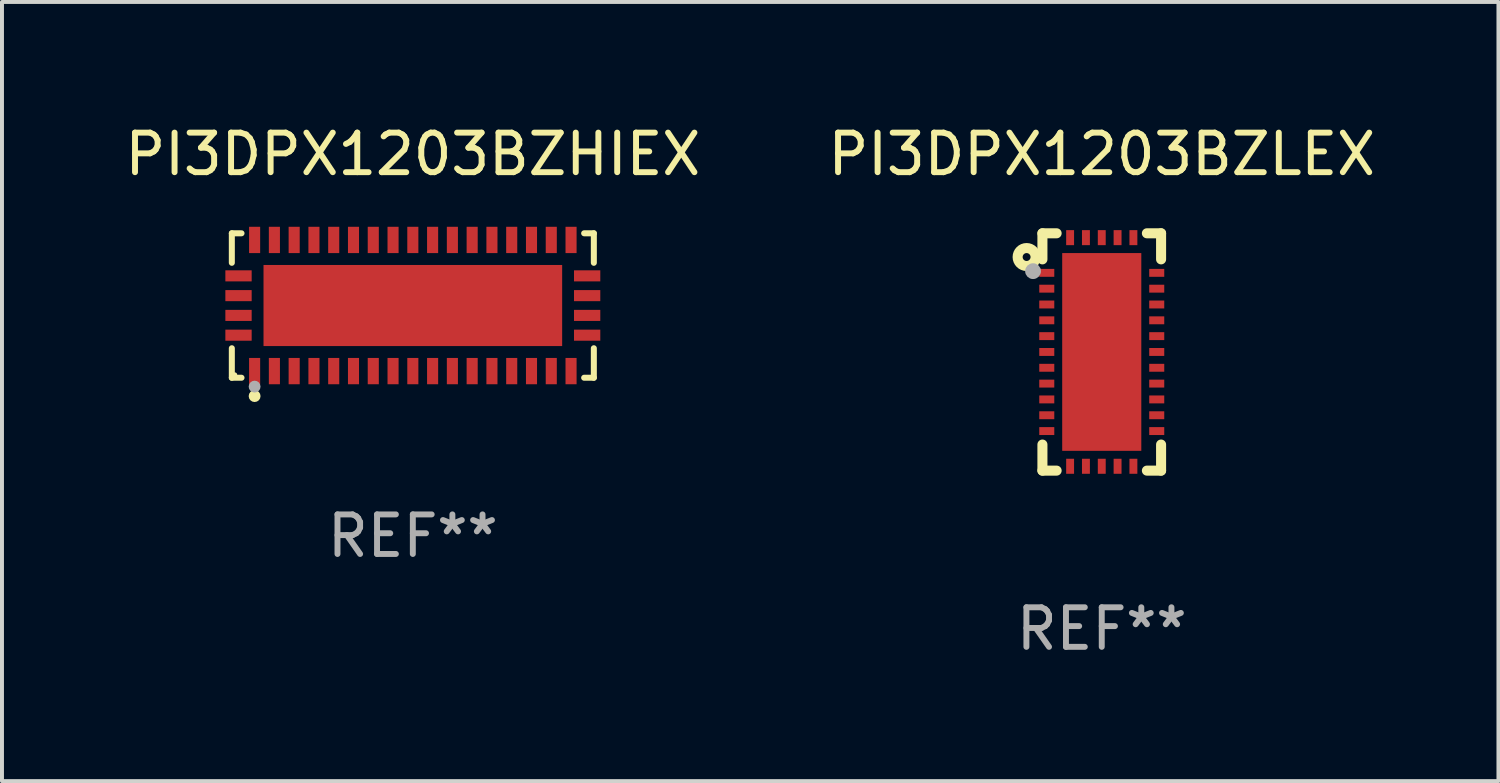
<source format=kicad_pcb>
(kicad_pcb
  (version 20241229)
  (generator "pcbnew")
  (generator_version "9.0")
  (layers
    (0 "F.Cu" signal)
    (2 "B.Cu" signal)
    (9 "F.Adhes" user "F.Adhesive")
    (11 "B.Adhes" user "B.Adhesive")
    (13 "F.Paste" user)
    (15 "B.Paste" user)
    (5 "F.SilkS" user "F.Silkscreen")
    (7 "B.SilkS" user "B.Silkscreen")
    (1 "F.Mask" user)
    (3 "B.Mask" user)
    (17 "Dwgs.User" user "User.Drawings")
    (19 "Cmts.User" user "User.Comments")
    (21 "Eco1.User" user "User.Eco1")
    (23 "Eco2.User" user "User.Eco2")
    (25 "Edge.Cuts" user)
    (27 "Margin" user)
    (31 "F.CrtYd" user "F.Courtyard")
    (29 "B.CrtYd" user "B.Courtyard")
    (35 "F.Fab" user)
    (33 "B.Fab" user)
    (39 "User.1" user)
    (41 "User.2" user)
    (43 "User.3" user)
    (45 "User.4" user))
  (footprint "PI3DPX1203BZHIEX"
    (layer "F.Cu")
    (at 7.387 4.674)
    (property "Reference" "PI3DPX1203BZHIEX" (at 0 -3.826 0) (layer "F.SilkS") (effects (font (size 1 1) (thickness 0.15))))
    (attr through_hole)
    (fp_line (start -4.576 -1.826) (end -4.331 -1.826) (stroke (width 0.152) (type solid)) (layer "F.SilkS"))
    (fp_line (start -4.576 -1.08) (end -4.576 -1.826) (stroke (width 0.152) (type solid)) (layer "F.SilkS"))
    (fp_line (start -4.576 1.08) (end -4.576 1.826) (stroke (width 0.152) (type solid)) (layer "F.SilkS"))
    (fp_line (start -4.576 1.826) (end -4.331 1.826) (stroke (width 0.152) (type solid)) (layer "F.SilkS"))
    (fp_line (start 4.576 -1.826) (end 4.331 -1.826) (stroke (width 0.152) (type solid)) (layer "F.SilkS"))
    (fp_line (start 4.576 -1.08) (end 4.576 -1.826) (stroke (width 0.152) (type solid)) (layer "F.SilkS"))
    (fp_line (start 4.576 1.08) (end 4.576 1.826) (stroke (width 0.152) (type solid)) (layer "F.SilkS"))
    (fp_line (start 4.576 1.826) (end 4.331 1.826) (stroke (width 0.152) (type solid)) (layer "F.SilkS"))
    (fp_circle (center -4.5 1.75) (end -4.47 1.75) (stroke (width 0.06) (type solid)) (fill no) (layer "F.SilkS"))
    (fp_circle (center -4 2.29) (end -3.925 2.29) (stroke (width 0.15) (type solid)) (fill no) (layer "F.SilkS"))
    (fp_circle (center -4 2.05) (end -3.925 2.05) (stroke (width 0.15) (type solid)) (fill no) (layer "F.Fab"))
    (fp_text user "REF**" (at 0 5.826 0) (layer "F.Fab") (effects (font (size 1 1) (thickness 0.15))))
    (pad "1" smd rect (at -4 1.658) (size 0.28 0.665) (layers "F.Cu" "F.Mask" "F.Paste"))
    (pad "2" smd rect (at -3.5 1.658) (size 0.28 0.665) (layers "F.Cu" "F.Mask" "F.Paste"))
    (pad "3" smd rect (at -3 1.658) (size 0.28 0.665) (layers "F.Cu" "F.Mask" "F.Paste"))
    (pad "4" smd rect (at -2.5 1.658) (size 0.28 0.665) (layers "F.Cu" "F.Mask" "F.Paste"))
    (pad "5" smd rect (at -2 1.658) (size 0.28 0.665) (layers "F.Cu" "F.Mask" "F.Paste"))
    (pad "6" smd rect (at -1.5 1.658) (size 0.28 0.665) (layers "F.Cu" "F.Mask" "F.Paste"))
    (pad "7" smd rect (at -1 1.658) (size 0.28 0.665) (layers "F.Cu" "F.Mask" "F.Paste"))
    (pad "8" smd rect (at -0.5 1.658) (size 0.28 0.665) (layers "F.Cu" "F.Mask" "F.Paste"))
    (pad "9" smd rect (at 0 1.658) (size 0.28 0.665) (layers "F.Cu" "F.Mask" "F.Paste"))
    (pad "10" smd rect (at 0.5 1.658) (size 0.28 0.665) (layers "F.Cu" "F.Mask" "F.Paste"))
    (pad "11" smd rect (at 1 1.658) (size 0.28 0.665) (layers "F.Cu" "F.Mask" "F.Paste"))
    (pad "12" smd rect (at 1.5 1.658) (size 0.28 0.665) (layers "F.Cu" "F.Mask" "F.Paste"))
    (pad "13" smd rect (at 2 1.658) (size 0.28 0.665) (layers "F.Cu" "F.Mask" "F.Paste"))
    (pad "14" smd rect (at 2.5 1.658) (size 0.28 0.665) (layers "F.Cu" "F.Mask" "F.Paste"))
    (pad "15" smd rect (at 3 1.658) (size 0.28 0.665) (layers "F.Cu" "F.Mask" "F.Paste"))
    (pad "16" smd rect (at 3.5 1.658) (size 0.28 0.665) (layers "F.Cu" "F.Mask" "F.Paste"))
    (pad "17" smd rect (at 4 1.658) (size 0.28 0.665) (layers "F.Cu" "F.Mask" "F.Paste"))
    (pad "18" smd rect (at 4.407 0.75) (size 0.665 0.28) (layers "F.Cu" "F.Mask" "F.Paste"))
    (pad "19" smd rect (at 4.407 0.25) (size 0.665 0.28) (layers "F.Cu" "F.Mask" "F.Paste"))
    (pad "20" smd rect (at 4.407 -0.25) (size 0.665 0.28) (layers "F.Cu" "F.Mask" "F.Paste"))
    (pad "21" smd rect (at 4.407 -0.75) (size 0.665 0.28) (layers "F.Cu" "F.Mask" "F.Paste"))
    (pad "22" smd rect (at 4 -1.658) (size 0.28 0.665) (layers "F.Cu" "F.Mask" "F.Paste"))
    (pad "23" smd rect (at 3.5 -1.658) (size 0.28 0.665) (layers "F.Cu" "F.Mask" "F.Paste"))
    (pad "24" smd rect (at 3 -1.658) (size 0.28 0.665) (layers "F.Cu" "F.Mask" "F.Paste"))
    (pad "25" smd rect (at 2.5 -1.658) (size 0.28 0.665) (layers "F.Cu" "F.Mask" "F.Paste"))
    (pad "26" smd rect (at 2 -1.658) (size 0.28 0.665) (layers "F.Cu" "F.Mask" "F.Paste"))
    (pad "27" smd rect (at 1.5 -1.658) (size 0.28 0.665) (layers "F.Cu" "F.Mask" "F.Paste"))
    (pad "28" smd rect (at 1 -1.658) (size 0.28 0.665) (layers "F.Cu" "F.Mask" "F.Paste"))
    (pad "29" smd rect (at 0.5 -1.658) (size 0.28 0.665) (layers "F.Cu" "F.Mask" "F.Paste"))
    (pad "30" smd rect (at 0 -1.658) (size 0.28 0.665) (layers "F.Cu" "F.Mask" "F.Paste"))
    (pad "31" smd rect (at -0.5 -1.658) (size 0.28 0.665) (layers "F.Cu" "F.Mask" "F.Paste"))
    (pad "32" smd rect (at -1 -1.658) (size 0.28 0.665) (layers "F.Cu" "F.Mask" "F.Paste"))
    (pad "33" smd rect (at -1.5 -1.658) (size 0.28 0.665) (layers "F.Cu" "F.Mask" "F.Paste"))
    (pad "34" smd rect (at -2 -1.658) (size 0.28 0.665) (layers "F.Cu" "F.Mask" "F.Paste"))
    (pad "35" smd rect (at -2.5 -1.658) (size 0.28 0.665) (layers "F.Cu" "F.Mask" "F.Paste"))
    (pad "36" smd rect (at -3 -1.658) (size 0.28 0.665) (layers "F.Cu" "F.Mask" "F.Paste"))
    (pad "37" smd rect (at -3.5 -1.658) (size 0.28 0.665) (layers "F.Cu" "F.Mask" "F.Paste"))
    (pad "38" smd rect (at -4 -1.658) (size 0.28 0.665) (layers "F.Cu" "F.Mask" "F.Paste"))
    (pad "39" smd rect (at -4.407 -0.75) (size 0.665 0.28) (layers "F.Cu" "F.Mask" "F.Paste"))
    (pad "40" smd rect (at -4.407 -0.25) (size 0.665 0.28) (layers "F.Cu" "F.Mask" "F.Paste"))
    (pad "41" smd rect (at -4.407 0.25) (size 0.665 0.28) (layers "F.Cu" "F.Mask" "F.Paste"))
    (pad "42" smd rect (at -4.407 0.75) (size 0.665 0.28) (layers "F.Cu" "F.Mask" "F.Paste"))
    (pad "43" smd rect (at 0 0) (size 7.55 2.05) (layers "F.Cu" "F.Mask" "F.Paste")))
  (footprint "PI3DPX1203BZLEX"
    (layer "F.Cu")
    (at 24.804 5.848)
    (property "Reference" "PI3DPX1203BZLEX" (at 0 -5 0) (layer "F.SilkS") (effects (font (size 1 1) (thickness 0.15))))
    (attr through_hole)
    (fp_line (start -1.5 -3) (end -1.141 -3) (stroke (width 0.254) (type solid)) (layer "F.SilkS"))
    (fp_line (start -1.5 -2.341) (end -1.5 -3) (stroke (width 0.254) (type solid)) (layer "F.SilkS"))
    (fp_line (start -1.5 3) (end -1.5 2.341) (stroke (width 0.254) (type solid)) (layer "F.SilkS"))
    (fp_line (start -1.141 3) (end -1.5 3) (stroke (width 0.254) (type solid)) (layer "F.SilkS"))
    (fp_line (start 1.141 -3) (end 1.5 -3) (stroke (width 0.254) (type solid)) (layer "F.SilkS"))
    (fp_line (start 1.5 -3) (end 1.5 -2.341) (stroke (width 0.254) (type solid)) (layer "F.SilkS"))
    (fp_line (start 1.5 2.341) (end 1.5 3) (stroke (width 0.254) (type solid)) (layer "F.SilkS"))
    (fp_line (start 1.5 3) (end 1.141 3) (stroke (width 0.254) (type solid)) (layer "F.SilkS"))
    (fp_circle (center -1.9 -2.4) (end -1.8 -2.4) (stroke (width 0.254) (type solid)) (fill no) (layer "F.SilkS"))
    (fp_circle (center -1.5 -3) (end -1.47 -3) (stroke (width 0.06) (type solid)) (fill no) (layer "F.SilkS"))
    (fp_circle (center -1.737 -2.043) (end -1.637 -2.043) (stroke (width 0.2) (type solid)) (fill no) (layer "F.Fab"))
    (fp_text user "REF**" (at 0 7 0) (layer "F.Fab") (effects (font (size 1 1) (thickness 0.15))))
    (pad "1" smd rect (at -1.39 -2 90) (size 0.2 0.38) (layers "F.Cu" "F.Mask" "F.Paste"))
    (pad "2" smd rect (at -1.39 -1.6 90) (size 0.2 0.38) (layers "F.Cu" "F.Mask" "F.Paste"))
    (pad "3" smd rect (at -1.39 -1.2 90) (size 0.2 0.38) (layers "F.Cu" "F.Mask" "F.Paste"))
    (pad "4" smd rect (at -1.39 -0.8 90) (size 0.2 0.38) (layers "F.Cu" "F.Mask" "F.Paste"))
    (pad "5" smd rect (at -1.39 -0.4 90) (size 0.2 0.38) (layers "F.Cu" "F.Mask" "F.Paste"))
    (pad "6" smd rect (at -1.39 0 90) (size 0.2 0.38) (layers "F.Cu" "F.Mask" "F.Paste"))
    (pad "7" smd rect (at -1.39 0.4 90) (size 0.2 0.38) (layers "F.Cu" "F.Mask" "F.Paste"))
    (pad "8" smd rect (at -1.39 0.8 90) (size 0.2 0.38) (layers "F.Cu" "F.Mask" "F.Paste"))
    (pad "9" smd rect (at -1.39 1.2 90) (size 0.2 0.38) (layers "F.Cu" "F.Mask" "F.Paste"))
    (pad "10" smd rect (at -1.39 1.6 90) (size 0.2 0.38) (layers "F.Cu" "F.Mask" "F.Paste"))
    (pad "11" smd rect (at -1.39 2 90) (size 0.2 0.38) (layers "F.Cu" "F.Mask" "F.Paste"))
    (pad "12" smd rect (at -0.8 2.89 180) (size 0.2 0.38) (layers "F.Cu" "F.Mask" "F.Paste"))
    (pad "13" smd rect (at -0.4 2.89 180) (size 0.2 0.38) (layers "F.Cu" "F.Mask" "F.Paste"))
    (pad "14" smd rect (at 0 2.89 180) (size 0.2 0.38) (layers "F.Cu" "F.Mask" "F.Paste"))
    (pad "15" smd rect (at 0.4 2.89 180) (size 0.2 0.38) (layers "F.Cu" "F.Mask" "F.Paste"))
    (pad "16" smd rect (at 0.8 2.89 180) (size 0.2 0.38) (layers "F.Cu" "F.Mask" "F.Paste"))
    (pad "17" smd rect (at 1.39 2 270) (size 0.2 0.38) (layers "F.Cu" "F.Mask" "F.Paste"))
    (pad "18" smd rect (at 1.39 1.6 270) (size 0.2 0.38) (layers "F.Cu" "F.Mask" "F.Paste"))
    (pad "19" smd rect (at 1.39 1.2 270) (size 0.2 0.38) (layers "F.Cu" "F.Mask" "F.Paste"))
    (pad "20" smd rect (at 1.39 0.8 270) (size 0.2 0.38) (layers "F.Cu" "F.Mask" "F.Paste"))
    (pad "21" smd rect (at 1.39 0.4 270) (size 0.2 0.38) (layers "F.Cu" "F.Mask" "F.Paste"))
    (pad "22" smd rect (at 1.39 0 270) (size 0.2 0.38) (layers "F.Cu" "F.Mask" "F.Paste"))
    (pad "23" smd rect (at 1.39 -0.4 270) (size 0.2 0.38) (layers "F.Cu" "F.Mask" "F.Paste"))
    (pad "24" smd rect (at 1.39 -0.8 270) (size 0.2 0.38) (layers "F.Cu" "F.Mask" "F.Paste"))
    (pad "25" smd rect (at 1.39 -1.2 270) (size 0.2 0.38) (layers "F.Cu" "F.Mask" "F.Paste"))
    (pad "26" smd rect (at 1.39 -1.6 270) (size 0.2 0.38) (layers "F.Cu" "F.Mask" "F.Paste"))
    (pad "27" smd rect (at 1.39 -2 270) (size 0.2 0.38) (layers "F.Cu" "F.Mask" "F.Paste"))
    (pad "28" smd rect (at 0.8 -2.89) (size 0.2 0.38) (layers "F.Cu" "F.Mask" "F.Paste"))
    (pad "29" smd rect (at 0.4 -2.89) (size 0.2 0.38) (layers "F.Cu" "F.Mask" "F.Paste"))
    (pad "30" smd rect (at 0 -2.89) (size 0.2 0.38) (layers "F.Cu" "F.Mask" "F.Paste"))
    (pad "31" smd rect (at -0.4 -2.89) (size 0.2 0.38) (layers "F.Cu" "F.Mask" "F.Paste"))
    (pad "32" smd rect (at -0.8 -2.89) (size 0.2 0.38) (layers "F.Cu" "F.Mask" "F.Paste"))
    (pad "33" smd rect (at 0 0) (size 2 5) (layers "F.Cu" "F.Mask" "F.Paste")))
  (gr_rect
    (start -3 -3)
    (end 34.833 16.697)
    (stroke (width 0.1) (type default))
    (fill no)
    (layer "Edge.Cuts")))
</source>
